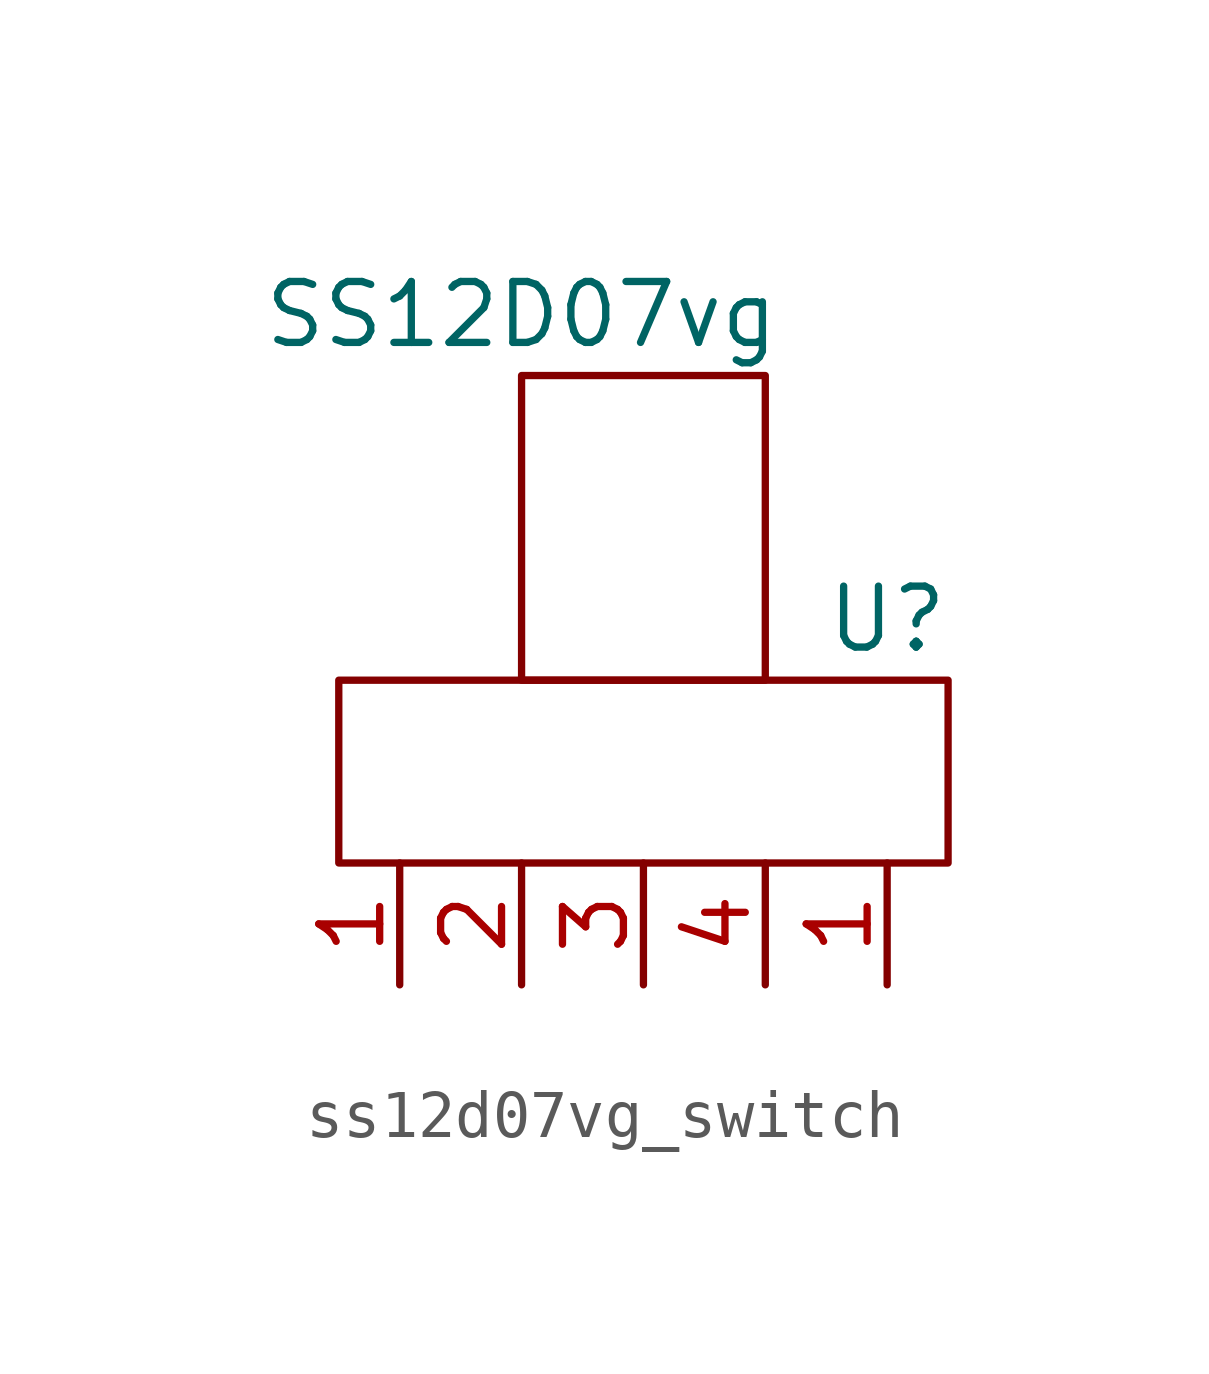
<source format=kicad_sym>
(kicad_symbol_lib
  (version 20220914)
  (generator kicad_symbol_editor)
  (symbol "ss12d07vg_switch"
    (property "Reference" "U"
      (at 6.35 3.81 0)
      (effects (font (size 1.27 1.27))))
    (property "Value" "SS12D07vg"
      (at -1.27 10.16 0)
      (effects (font (size 1.27 1.27))))
    (symbol "ss12d07vg_switch_0_1"
      (rectangle (start -5.08 -1.27) (end 7.62 2.54) (stroke (width 0) (type default)) (fill (type none)))
      (rectangle (start -1.27 2.54) (end 3.81 8.89) (stroke (width 0) (type default)) (fill (type none))))
    (symbol "ss12d07vg_switch_1_1"
      (pin input line (at -3.81 -3.81 90) (length 2.54) (name "" (effects (font (size 1.27 1.27)))) (number "1" (effects (font (size 1.27 1.27)))))
      (pin input line (at 6.35 -3.81 90) (length 2.54) (name "" (effects (font (size 1.27 1.27)))) (number "1" (effects (font (size 1.27 1.27)))))
      (pin input line (at -1.27 -3.81 90) (length 2.54) (name "" (effects (font (size 1.27 1.27)))) (number "2" (effects (font (size 1.27 1.27)))))
      (pin input line (at 1.27 -3.81 90) (length 2.54) (name "" (effects (font (size 1.27 1.27)))) (number "3" (effects (font (size 1.27 1.27)))))
      (pin input line (at 3.81 -3.81 90) (length 2.54) (name "" (effects (font (size 1.27 1.27)))) (number "4" (effects (font (size 1.27 1.27))))))))
</source>
